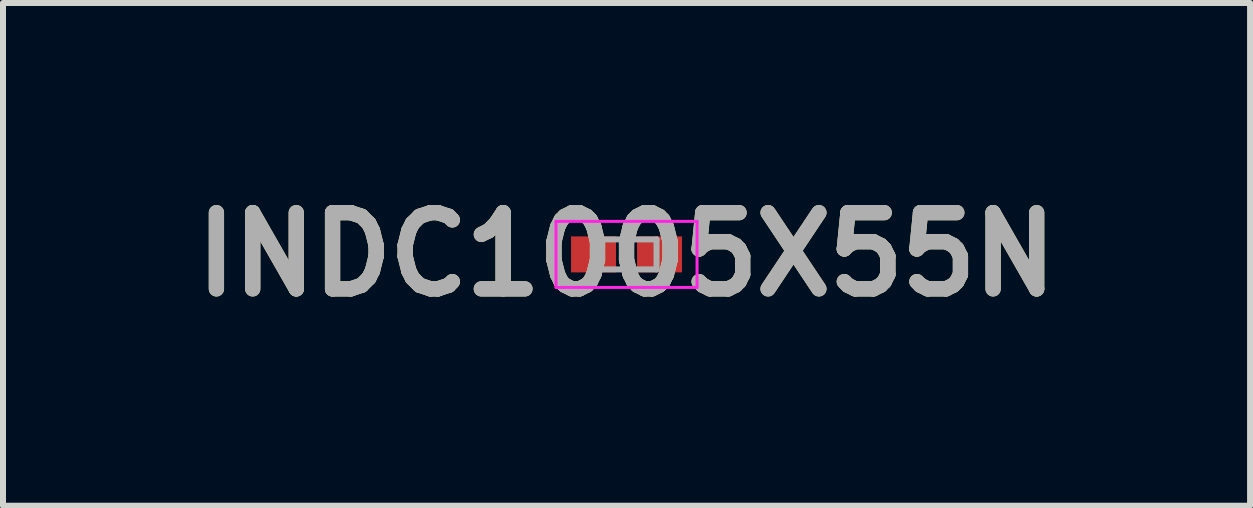
<source format=kicad_pcb>
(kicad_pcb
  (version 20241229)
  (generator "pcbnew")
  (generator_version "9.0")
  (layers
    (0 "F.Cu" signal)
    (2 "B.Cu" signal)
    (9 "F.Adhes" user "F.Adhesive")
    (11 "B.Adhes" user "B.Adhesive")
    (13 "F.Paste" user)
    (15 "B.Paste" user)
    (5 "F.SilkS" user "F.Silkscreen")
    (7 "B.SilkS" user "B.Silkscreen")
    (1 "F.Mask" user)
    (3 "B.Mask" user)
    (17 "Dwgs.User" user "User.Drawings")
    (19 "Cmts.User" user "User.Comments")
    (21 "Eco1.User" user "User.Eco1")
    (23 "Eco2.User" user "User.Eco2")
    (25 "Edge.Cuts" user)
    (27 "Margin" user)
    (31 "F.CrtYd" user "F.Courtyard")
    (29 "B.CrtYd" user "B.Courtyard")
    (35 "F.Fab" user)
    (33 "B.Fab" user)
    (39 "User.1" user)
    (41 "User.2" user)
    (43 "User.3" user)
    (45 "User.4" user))
  (footprint "INDC1005X55N"
    (layer "F.Cu")
    (at 7.39 1.189)
    (property "Reference" "INDC1005X55N" (at 0 0 0) (layer "F.SilkS") (effects (font (size 1.27 1.27) (thickness 0.254))))
    (attr smd)
    (fp_line (start 0 -0.15) (end 0 0.15) (stroke (width 0.2) (type solid)) (layer "F.SilkS"))
    (fp_line (start -1.175 -0.55) (end 1.175 -0.55) (stroke (width 0.05) (type solid)) (layer "F.CrtYd"))
    (fp_line (start -1.175 0.55) (end -1.175 -0.55) (stroke (width 0.05) (type solid)) (layer "F.CrtYd"))
    (fp_line (start 1.175 -0.55) (end 1.175 0.55) (stroke (width 0.05) (type solid)) (layer "F.CrtYd"))
    (fp_line (start 1.175 0.55) (end -1.175 0.55) (stroke (width 0.05) (type solid)) (layer "F.CrtYd"))
    (fp_line (start -0.5 -0.25) (end 0.5 -0.25) (stroke (width 0.1) (type solid)) (layer "F.Fab"))
    (fp_line (start -0.5 0.25) (end -0.5 -0.25) (stroke (width 0.1) (type solid)) (layer "F.Fab"))
    (fp_line (start 0.5 -0.25) (end 0.5 0.25) (stroke (width 0.1) (type solid)) (layer "F.Fab"))
    (fp_line (start 0.5 0.25) (end -0.5 0.25) (stroke (width 0.1) (type solid)) (layer "F.Fab"))
    (fp_text user "${REFERENCE}" (at 0 0 0) (layer "F.Fab") (effects (font (size 1.27 1.27) (thickness 0.254))))
    (pad "1" smd rect (at -0.55 0 90) (size 0.6 0.75) (layers "F.Cu" "F.Mask" "F.Paste"))
    (pad "2" smd rect (at 0.55 0 90) (size 0.6 0.75) (layers "F.Cu" "F.Mask" "F.Paste")))
  (gr_rect
    (start -3 -3)
    (end 17.78 5.377)
    (stroke (width 0.1) (type default))
    (fill no)
    (layer "Edge.Cuts")))
</source>
